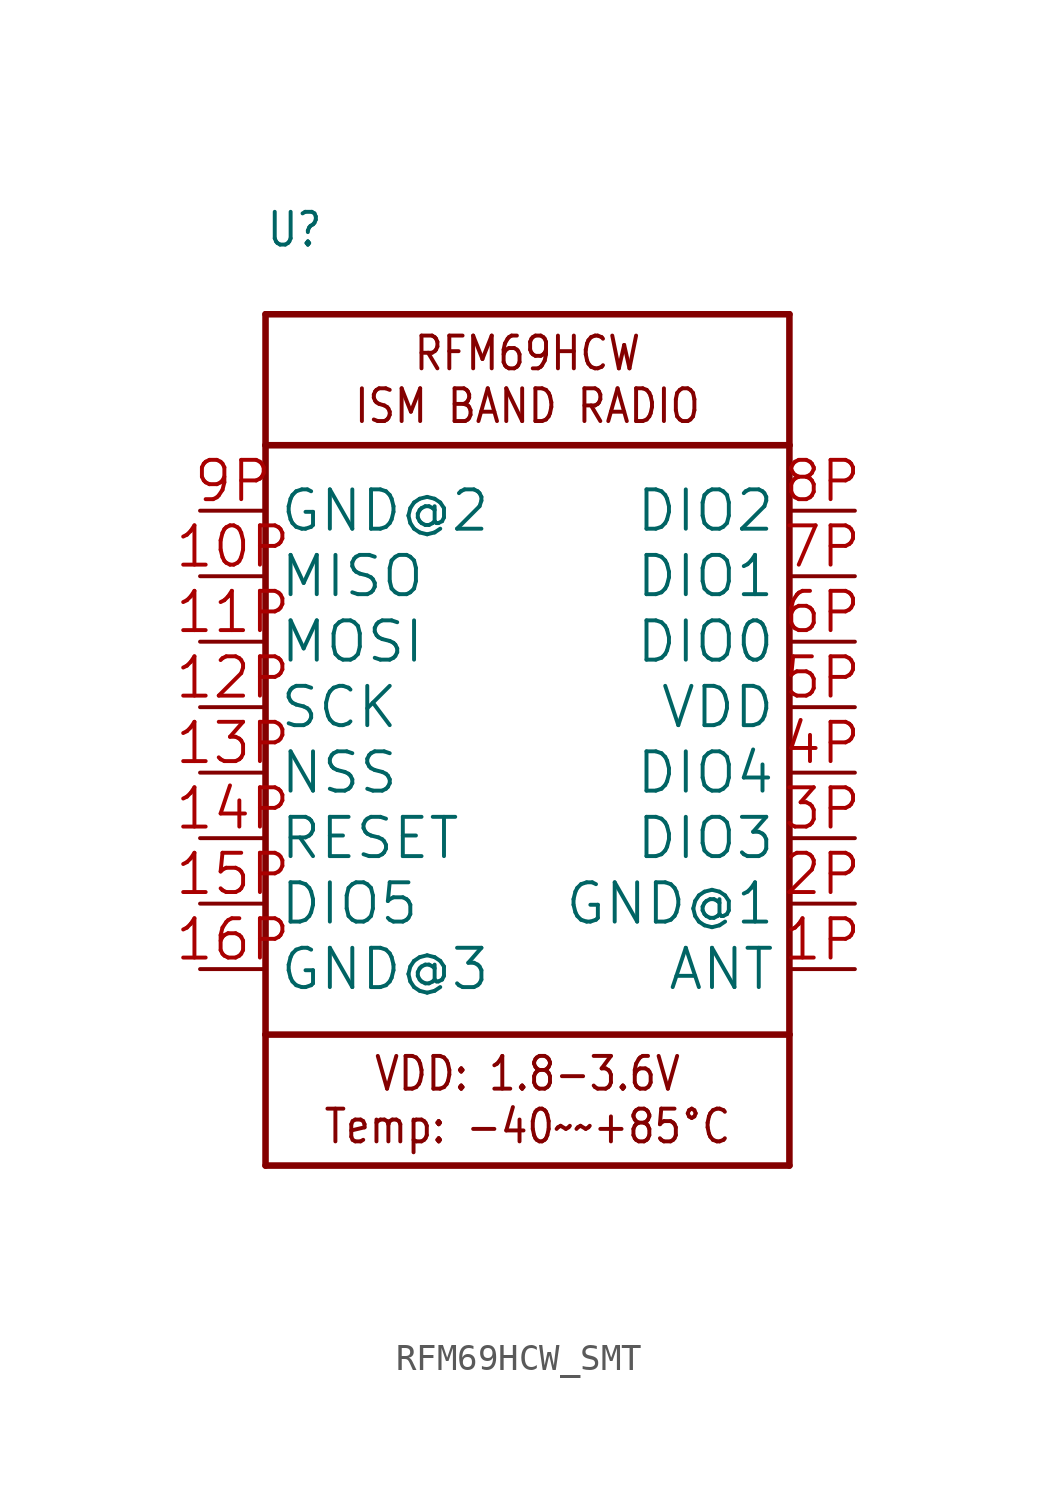
<source format=kicad_sym>
(kicad_symbol_lib
  (version 20241209)
  (generator "kicad_symbol_editor")
  (generator_version "9.0")
  (symbol "RFM69HCW_SMT"
    (property "Reference" "U"
      (at -10.16 17.78 0)
      (effects (font (size 1.27 1.079)) (justify left bottom)))
    (property "Value" ""
      (at -10.16 -20.32 0)
      (effects (font (size 1.27 1.079)) (justify left bottom)))
    (property "ki_locked" ""
      (at 0 0 0)
      (effects (font (size 1.27 1.27))))
    (symbol "RFM69HCW_SMT_1_0"
      (polyline (pts (xy -10.16 15.24) (xy 10.16 15.24)) (stroke (width 0.254) (type solid)) (fill (type none)))
      (polyline (pts (xy -10.16 10.16) (xy -10.16 15.24)) (stroke (width 0.254) (type solid)) (fill (type none)))
      (polyline (pts (xy -10.16 10.16) (xy 10.16 10.16)) (stroke (width 0.254) (type solid)) (fill (type none)))
      (polyline (pts (xy -10.16 -12.7) (xy -10.16 10.16)) (stroke (width 0.254) (type solid)) (fill (type none)))
      (polyline (pts (xy -10.16 -12.7) (xy -10.16 -17.78)) (stroke (width 0.254) (type solid)) (fill (type none)))
      (polyline (pts (xy -10.16 -17.78) (xy 10.16 -17.78)) (stroke (width 0.254) (type solid)) (fill (type none)))
      (polyline (pts (xy 10.16 15.24) (xy 10.16 10.16)) (stroke (width 0.254) (type solid)) (fill (type none)))
      (polyline (pts (xy 10.16 10.16) (xy 10.16 -12.7)) (stroke (width 0.254) (type solid)) (fill (type none)))
      (polyline (pts (xy 10.16 -12.7) (xy -10.16 -12.7)) (stroke (width 0.254) (type solid)) (fill (type none)))
      (polyline (pts (xy 10.16 -17.78) (xy 10.16 -12.7)) (stroke (width 0.254) (type solid)) (fill (type none)))
      (text "RFM69HCW\nISM BAND RADIO" (at 0 12.7 0) (effects (font (size 1.27 1.079))))
      (text "VDD: 1.8-3.6V\nTemp: -40~~+85°C" (at 0 -15.24 0) (effects (font (size 1.27 1.079))))
      (pin power_in line (at -12.7 7.62 0) (length 2.54) (name "GND@2" (effects (font (size 1.524 1.524)))) (number "9P" (effects (font (size 1.524 1.524)))))
      (pin output line (at -12.7 5.08 0) (length 2.54) (name "MISO" (effects (font (size 1.524 1.524)))) (number "10P" (effects (font (size 1.524 1.524)))))
      (pin input line (at -12.7 2.54 0) (length 2.54) (name "MOSI" (effects (font (size 1.524 1.524)))) (number "11P" (effects (font (size 1.524 1.524)))))
      (pin input line (at -12.7 0 0) (length 2.54) (name "SCK" (effects (font (size 1.524 1.524)))) (number "12P" (effects (font (size 1.524 1.524)))))
      (pin input line (at -12.7 -2.54 0) (length 2.54) (name "NSS" (effects (font (size 1.524 1.524)))) (number "13P" (effects (font (size 1.524 1.524)))))
      (pin input line (at -12.7 -5.08 0) (length 2.54) (name "RESET" (effects (font (size 1.524 1.524)))) (number "14P" (effects (font (size 1.524 1.524)))))
      (pin bidirectional line (at -12.7 -7.62 0) (length 2.54) (name "DIO5" (effects (font (size 1.524 1.524)))) (number "15P" (effects (font (size 1.524 1.524)))))
      (pin power_in line (at -12.7 -10.16 0) (length 2.54) (name "GND@3" (effects (font (size 1.524 1.524)))) (number "16P" (effects (font (size 1.524 1.524)))))
      (pin bidirectional line (at 12.7 7.62 180) (length 2.54) (name "DIO2" (effects (font (size 1.524 1.524)))) (number "8P" (effects (font (size 1.524 1.524)))))
      (pin bidirectional line (at 12.7 5.08 180) (length 2.54) (name "DIO1" (effects (font (size 1.524 1.524)))) (number "7P" (effects (font (size 1.524 1.524)))))
      (pin bidirectional line (at 12.7 2.54 180) (length 2.54) (name "DIO0" (effects (font (size 1.524 1.524)))) (number "6P" (effects (font (size 1.524 1.524)))))
      (pin power_in line (at 12.7 0 180) (length 2.54) (name "VDD" (effects (font (size 1.524 1.524)))) (number "5P" (effects (font (size 1.524 1.524)))))
      (pin bidirectional line (at 12.7 -2.54 180) (length 2.54) (name "DIO4" (effects (font (size 1.524 1.524)))) (number "4P" (effects (font (size 1.524 1.524)))))
      (pin bidirectional line (at 12.7 -5.08 180) (length 2.54) (name "DIO3" (effects (font (size 1.524 1.524)))) (number "3P" (effects (font (size 1.524 1.524)))))
      (pin power_in line (at 12.7 -7.62 180) (length 2.54) (name "GND@1" (effects (font (size 1.524 1.524)))) (number "2P" (effects (font (size 1.524 1.524)))))
      (pin bidirectional line (at 12.7 -10.16 180) (length 2.54) (name "ANT" (effects (font (size 1.524 1.524)))) (number "1P" (effects (font (size 1.524 1.524))))))))
</source>
